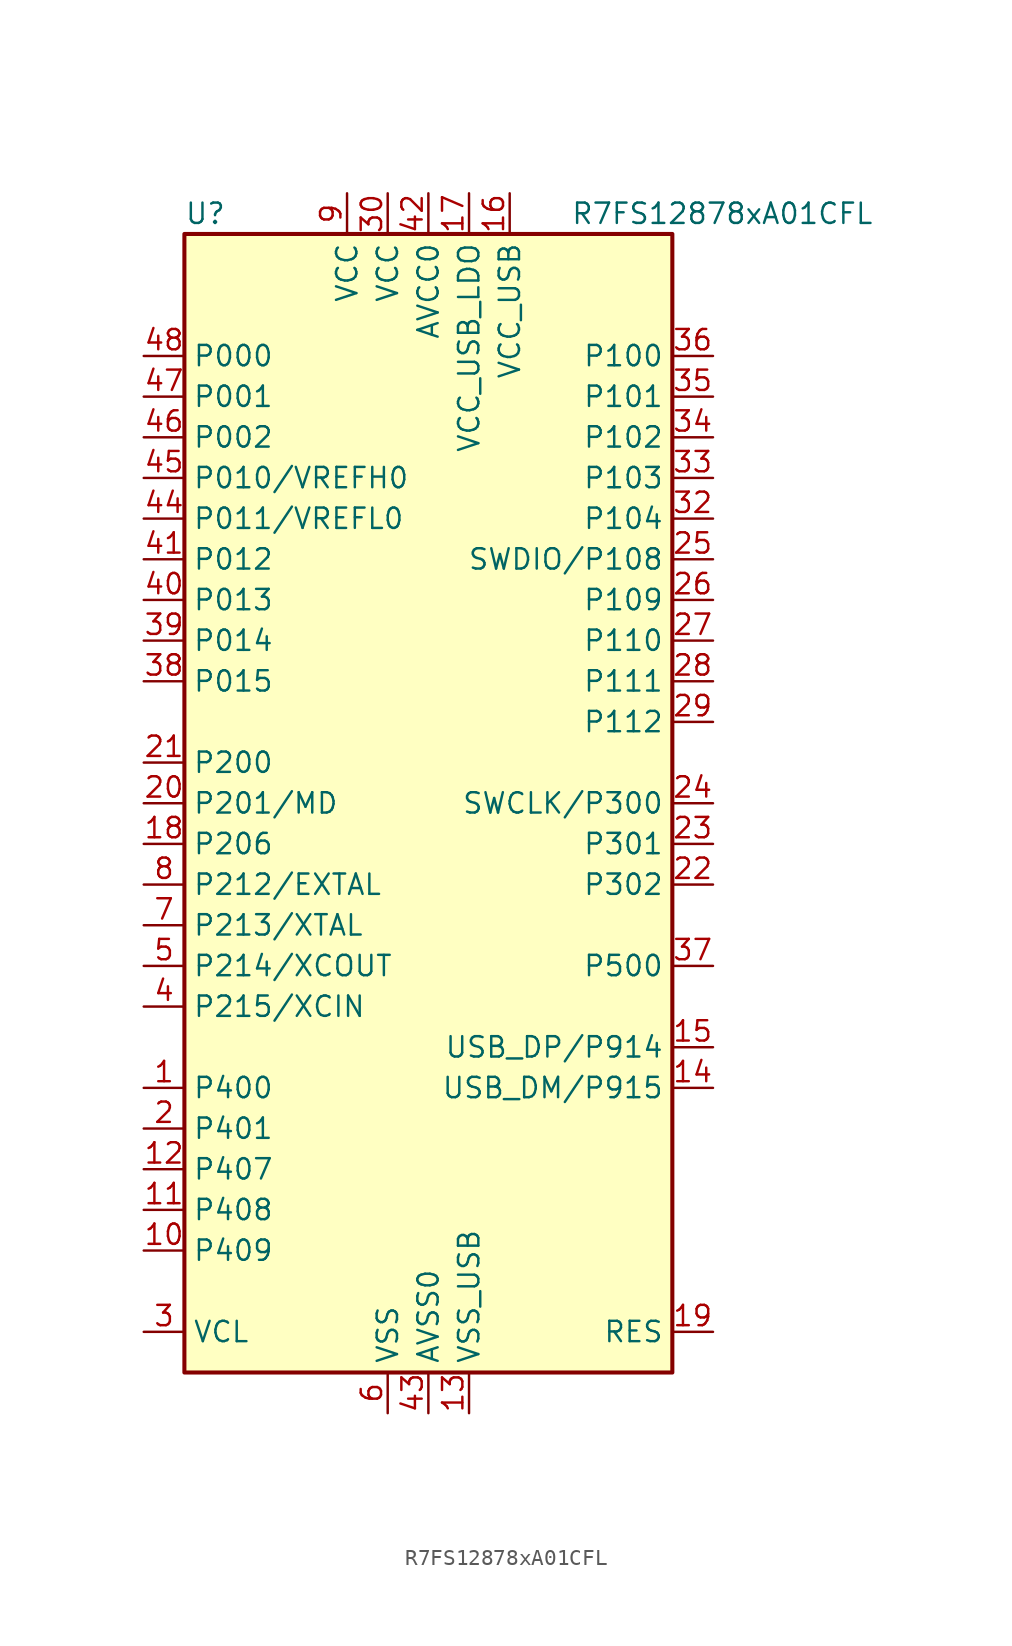
<source format=kicad_sym>
(kicad_symbol_lib
  (version 20201005)
  (generator kicad_symbol_editor)
  (symbol "R7FS12878xA01CFL"
    (property "Reference" "U"
      (at -15.24 36.83 0)
      (effects (font (size 1.27 1.27)) (justify left)))
    (property "Value" "R7FS12878xA01CFL"
      (at 8.89 36.83 0)
      (effects (font (size 1.27 1.27)) (justify left)))
    (symbol "R7FS12878xA01CFL_0_1"
      (rectangle (start -15.24 -35.56) (end 15.24 35.56) (stroke (width 0.254)) (fill (type background))))
    (symbol "R7FS12878xA01CFL_1_1"
      (pin bidirectional line (at -17.78 -17.78 0) (length 2.54) (name "P400" (effects (font (size 1.27 1.27)))) (number "1" (effects (font (size 1.27 1.27)))))
      (pin bidirectional line (at -17.78 -27.94 0) (length 2.54) (name "P409" (effects (font (size 1.27 1.27)))) (number "10" (effects (font (size 1.27 1.27)))))
      (pin bidirectional line (at -17.78 -25.4 0) (length 2.54) (name "P408" (effects (font (size 1.27 1.27)))) (number "11" (effects (font (size 1.27 1.27)))))
      (pin bidirectional line (at -17.78 -22.86 0) (length 2.54) (name "P407" (effects (font (size 1.27 1.27)))) (number "12" (effects (font (size 1.27 1.27)))))
      (pin power_in line (at 2.54 -38.1 90) (length 2.54) (name "VSS_USB" (effects (font (size 1.27 1.27)))) (number "13" (effects (font (size 1.27 1.27)))))
      (pin bidirectional line (at 17.78 -17.78 180) (length 2.54) (name "USB_DM/P915" (effects (font (size 1.27 1.27)))) (number "14" (effects (font (size 1.27 1.27)))))
      (pin bidirectional line (at 17.78 -15.24 180) (length 2.54) (name "USB_DP/P914" (effects (font (size 1.27 1.27)))) (number "15" (effects (font (size 1.27 1.27)))))
      (pin power_in line (at 5.08 38.1 270) (length 2.54) (name "VCC_USB" (effects (font (size 1.27 1.27)))) (number "16" (effects (font (size 1.27 1.27)))))
      (pin power_in line (at 2.54 38.1 270) (length 2.54) (name "VCC_USB_LDO" (effects (font (size 1.27 1.27)))) (number "17" (effects (font (size 1.27 1.27)))))
      (pin bidirectional line (at -17.78 -2.54 0) (length 2.54) (name "P206" (effects (font (size 1.27 1.27)))) (number "18" (effects (font (size 1.27 1.27)))))
      (pin input line (at 17.78 -33.02 180) (length 2.54) (name "RES" (effects (font (size 1.27 1.27)))) (number "19" (effects (font (size 1.27 1.27)))))
      (pin bidirectional line (at -17.78 -20.32 0) (length 2.54) (name "P401" (effects (font (size 1.27 1.27)))) (number "2" (effects (font (size 1.27 1.27)))))
      (pin bidirectional line (at -17.78 0 0) (length 2.54) (name "P201/MD" (effects (font (size 1.27 1.27)))) (number "20" (effects (font (size 1.27 1.27)))))
      (pin bidirectional line (at -17.78 2.54 0) (length 2.54) (name "P200" (effects (font (size 1.27 1.27)))) (number "21" (effects (font (size 1.27 1.27)))))
      (pin bidirectional line (at 17.78 -5.08 180) (length 2.54) (name "P302" (effects (font (size 1.27 1.27)))) (number "22" (effects (font (size 1.27 1.27)))))
      (pin bidirectional line (at 17.78 -2.54 180) (length 2.54) (name "P301" (effects (font (size 1.27 1.27)))) (number "23" (effects (font (size 1.27 1.27)))))
      (pin bidirectional line (at 17.78 0 180) (length 2.54) (name "SWCLK/P300" (effects (font (size 1.27 1.27)))) (number "24" (effects (font (size 1.27 1.27)))))
      (pin bidirectional line (at 17.78 15.24 180) (length 2.54) (name "SWDIO/P108" (effects (font (size 1.27 1.27)))) (number "25" (effects (font (size 1.27 1.27)))))
      (pin bidirectional line (at 17.78 12.7 180) (length 2.54) (name "P109" (effects (font (size 1.27 1.27)))) (number "26" (effects (font (size 1.27 1.27)))))
      (pin bidirectional line (at 17.78 10.16 180) (length 2.54) (name "P110" (effects (font (size 1.27 1.27)))) (number "27" (effects (font (size 1.27 1.27)))))
      (pin bidirectional line (at 17.78 7.62 180) (length 2.54) (name "P111" (effects (font (size 1.27 1.27)))) (number "28" (effects (font (size 1.27 1.27)))))
      (pin bidirectional line (at 17.78 5.08 180) (length 2.54) (name "P112" (effects (font (size 1.27 1.27)))) (number "29" (effects (font (size 1.27 1.27)))))
      (pin passive line (at -17.78 -33.02 0) (length 2.54) (name "VCL" (effects (font (size 1.27 1.27)))) (number "3" (effects (font (size 1.27 1.27)))))
      (pin power_in line (at -2.54 38.1 270) (length 2.54) (name "VCC" (effects (font (size 1.27 1.27)))) (number "30" (effects (font (size 1.27 1.27)))))
      (pin passive line (at -2.54 -38.1 90) (length 2.54) hide (name "VSS" (effects (font (size 1.27 1.27)))) (number "31" (effects (font (size 1.27 1.27)))))
      (pin bidirectional line (at 17.78 17.78 180) (length 2.54) (name "P104" (effects (font (size 1.27 1.27)))) (number "32" (effects (font (size 1.27 1.27)))))
      (pin bidirectional line (at 17.78 20.32 180) (length 2.54) (name "P103" (effects (font (size 1.27 1.27)))) (number "33" (effects (font (size 1.27 1.27)))))
      (pin bidirectional line (at 17.78 22.86 180) (length 2.54) (name "P102" (effects (font (size 1.27 1.27)))) (number "34" (effects (font (size 1.27 1.27)))))
      (pin bidirectional line (at 17.78 25.4 180) (length 2.54) (name "P101" (effects (font (size 1.27 1.27)))) (number "35" (effects (font (size 1.27 1.27)))))
      (pin bidirectional line (at 17.78 27.94 180) (length 2.54) (name "P100" (effects (font (size 1.27 1.27)))) (number "36" (effects (font (size 1.27 1.27)))))
      (pin bidirectional line (at 17.78 -10.16 180) (length 2.54) (name "P500" (effects (font (size 1.27 1.27)))) (number "37" (effects (font (size 1.27 1.27)))))
      (pin bidirectional line (at -17.78 7.62 0) (length 2.54) (name "P015" (effects (font (size 1.27 1.27)))) (number "38" (effects (font (size 1.27 1.27)))))
      (pin bidirectional line (at -17.78 10.16 0) (length 2.54) (name "P014" (effects (font (size 1.27 1.27)))) (number "39" (effects (font (size 1.27 1.27)))))
      (pin bidirectional line (at -17.78 -12.7 0) (length 2.54) (name "P215/XCIN" (effects (font (size 1.27 1.27)))) (number "4" (effects (font (size 1.27 1.27)))))
      (pin bidirectional line (at -17.78 12.7 0) (length 2.54) (name "P013" (effects (font (size 1.27 1.27)))) (number "40" (effects (font (size 1.27 1.27)))))
      (pin bidirectional line (at -17.78 15.24 0) (length 2.54) (name "P012" (effects (font (size 1.27 1.27)))) (number "41" (effects (font (size 1.27 1.27)))))
      (pin power_in line (at 0 38.1 270) (length 2.54) (name "AVCC0" (effects (font (size 1.27 1.27)))) (number "42" (effects (font (size 1.27 1.27)))))
      (pin power_in line (at 0 -38.1 90) (length 2.54) (name "AVSS0" (effects (font (size 1.27 1.27)))) (number "43" (effects (font (size 1.27 1.27)))))
      (pin bidirectional line (at -17.78 17.78 0) (length 2.54) (name "P011/VREFL0" (effects (font (size 1.27 1.27)))) (number "44" (effects (font (size 1.27 1.27)))))
      (pin bidirectional line (at -17.78 20.32 0) (length 2.54) (name "P010/VREFH0" (effects (font (size 1.27 1.27)))) (number "45" (effects (font (size 1.27 1.27)))))
      (pin bidirectional line (at -17.78 22.86 0) (length 2.54) (name "P002" (effects (font (size 1.27 1.27)))) (number "46" (effects (font (size 1.27 1.27)))))
      (pin bidirectional line (at -17.78 25.4 0) (length 2.54) (name "P001" (effects (font (size 1.27 1.27)))) (number "47" (effects (font (size 1.27 1.27)))))
      (pin bidirectional line (at -17.78 27.94 0) (length 2.54) (name "P000" (effects (font (size 1.27 1.27)))) (number "48" (effects (font (size 1.27 1.27)))))
      (pin bidirectional line (at -17.78 -10.16 0) (length 2.54) (name "P214/XCOUT" (effects (font (size 1.27 1.27)))) (number "5" (effects (font (size 1.27 1.27)))))
      (pin power_in line (at -2.54 -38.1 90) (length 2.54) (name "VSS" (effects (font (size 1.27 1.27)))) (number "6" (effects (font (size 1.27 1.27)))))
      (pin bidirectional line (at -17.78 -7.62 0) (length 2.54) (name "P213/XTAL" (effects (font (size 1.27 1.27)))) (number "7" (effects (font (size 1.27 1.27)))))
      (pin bidirectional line (at -17.78 -5.08 0) (length 2.54) (name "P212/EXTAL" (effects (font (size 1.27 1.27)))) (number "8" (effects (font (size 1.27 1.27)))))
      (pin power_in line (at -5.08 38.1 270) (length 2.54) (name "VCC" (effects (font (size 1.27 1.27)))) (number "9" (effects (font (size 1.27 1.27))))))))
</source>
